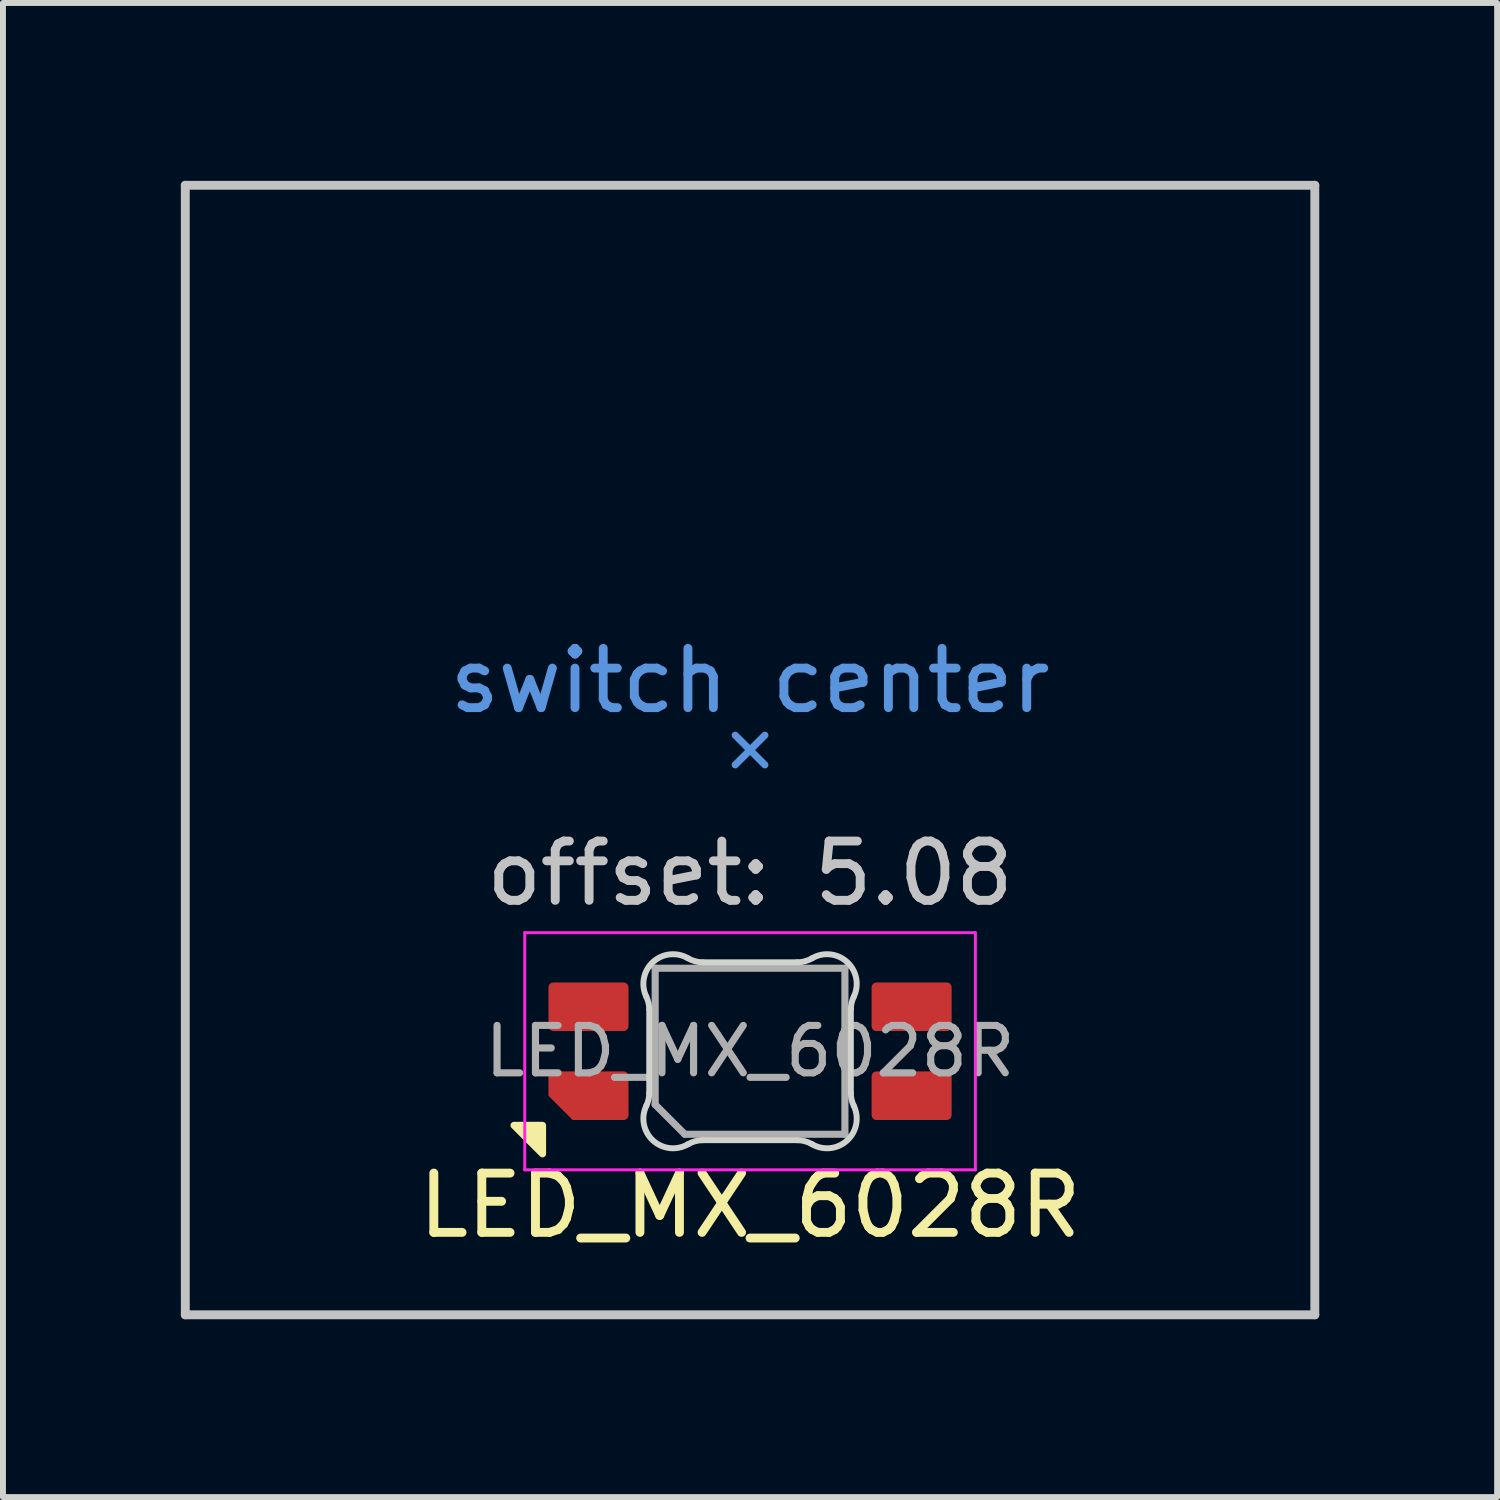
<source format=kicad_pcb>
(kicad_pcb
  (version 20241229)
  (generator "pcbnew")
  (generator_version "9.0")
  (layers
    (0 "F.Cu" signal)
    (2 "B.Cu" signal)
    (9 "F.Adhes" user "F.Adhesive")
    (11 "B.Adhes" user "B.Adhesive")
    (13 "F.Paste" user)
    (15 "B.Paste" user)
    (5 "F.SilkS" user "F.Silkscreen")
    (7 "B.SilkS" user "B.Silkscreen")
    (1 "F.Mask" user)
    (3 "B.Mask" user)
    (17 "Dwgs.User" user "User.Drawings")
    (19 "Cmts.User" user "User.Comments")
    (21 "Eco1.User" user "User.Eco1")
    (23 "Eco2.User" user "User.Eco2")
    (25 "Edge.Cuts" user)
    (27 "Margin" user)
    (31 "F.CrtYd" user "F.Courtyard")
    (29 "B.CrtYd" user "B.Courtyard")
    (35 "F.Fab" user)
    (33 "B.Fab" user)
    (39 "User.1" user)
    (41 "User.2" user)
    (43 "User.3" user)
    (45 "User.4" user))
  (footprint "LED_MX_6028R"
    (layer "F.Cu")
    (at 9.6 14.68)
    (property "Reference" "LED_MX_6028R" (at 0 2.6 0) (layer "F.SilkS") (effects (font (size 1 1) (thickness 0.15))))
    (attr smd)
    (fp_poly (pts (xy -3.5 1.25) (xy -3.5 1.73) (xy -3.98 1.25) (xy -3.5 1.25)) (stroke (width 0.12) (type solid)) (fill yes) (layer "F.SilkS"))
    (fp_line (start -9.525 -14.605) (end -9.525 4.445) (stroke (width 0.15) (type solid)) (layer "Dwgs.User"))
    (fp_line (start -9.525 4.445) (end 9.525 4.445) (stroke (width 0.15) (type solid)) (layer "Dwgs.User"))
    (fp_line (start 9.525 -14.605) (end -9.525 -14.605) (stroke (width 0.15) (type solid)) (layer "Dwgs.User"))
    (fp_line (start 9.525 4.445) (end 9.525 -14.605) (stroke (width 0.15) (type solid)) (layer "Dwgs.User"))
    (fp_line (start -0.25 -4.83) (end 0 -5.08) (stroke (width 0.12) (type solid)) (layer "Cmts.User"))
    (fp_line (start 0 -5.08) (end -0.25 -5.33) (stroke (width 0.12) (type solid)) (layer "Cmts.User"))
    (fp_line (start 0 -5.08) (end 0.25 -5.33) (stroke (width 0.12) (type solid)) (layer "Cmts.User"))
    (fp_line (start 0.25 -4.83) (end 0 -5.08) (stroke (width 0.12) (type solid)) (layer "Cmts.User"))
    (fp_line (start -1.7 -0.703) (end -1.7 0.703) (stroke (width 0.1) (type solid)) (layer "Edge.Cuts"))
    (fp_line (start -0.794 1.5) (end 0.794 1.5) (stroke (width 0.1) (type solid)) (layer "Edge.Cuts"))
    (fp_line (start 0.794 -1.5) (end -0.794 -1.5) (stroke (width 0.1) (type solid)) (layer "Edge.Cuts"))
    (fp_line (start 1.7 0.703) (end 1.7 -0.703) (stroke (width 0.1) (type solid)) (layer "Edge.Cuts"))
    (fp_arc (start -1.749484 -0.919721) (mid -1.712527 -0.814069) (end -1.699999 -0.702844) (stroke (width 0.1) (type solid)) (layer "Edge.Cuts"))
    (fp_arc (start -1.749484 -0.919721) (mid -1.638071 -1.504035) (end -1.046711 -1.568299) (stroke (width 0.1) (type solid)) (layer "Edge.Cuts"))
    (fp_arc (start -1.699999 0.702841) (mid -1.712527 0.814067) (end -1.749484 0.919719) (stroke (width 0.1) (type solid)) (layer "Edge.Cuts"))
    (fp_arc (start -1.046711 1.568298) (mid -1.638072 1.504034) (end -1.749484 0.919718) (stroke (width 0.1) (type solid)) (layer "Edge.Cuts"))
    (fp_arc (start -1.046711 1.568298) (mid -0.925123 1.517376) (end -0.794452 1.499999) (stroke (width 0.1) (type solid)) (layer "Edge.Cuts"))
    (fp_arc (start -0.794453 -1.5) (mid -0.925123 -1.517377) (end -1.046711 -1.568299) (stroke (width 0.1) (type solid)) (layer "Edge.Cuts"))
    (fp_arc (start 0.794452 1.499999) (mid 0.925122 1.517376) (end 1.04671 1.568298) (stroke (width 0.1) (type solid)) (layer "Edge.Cuts"))
    (fp_arc (start 1.046711 -1.5683) (mid 0.925123 -1.517378) (end 0.794453 -1.500001) (stroke (width 0.1) (type solid)) (layer "Edge.Cuts"))
    (fp_arc (start 1.046711 -1.5683) (mid 1.638071 -1.504036) (end 1.749484 -0.919721) (stroke (width 0.1) (type solid)) (layer "Edge.Cuts"))
    (fp_arc (start 1.699999 -0.702843) (mid 1.712527 -0.814069) (end 1.749484 -0.919721) (stroke (width 0.1) (type solid)) (layer "Edge.Cuts"))
    (fp_arc (start 1.749484 0.919719) (mid 1.63807 1.504033) (end 1.046711 1.568296) (stroke (width 0.1) (type solid)) (layer "Edge.Cuts"))
    (fp_arc (start 1.749484 0.919719) (mid 1.712527 0.814067) (end 1.699999 0.702842) (stroke (width 0.1) (type solid)) (layer "Edge.Cuts"))
    (fp_line (start -3.8 -2) (end 3.8 -2) (stroke (width 0.05) (type solid)) (layer "F.CrtYd"))
    (fp_line (start -3.8 2) (end -3.8 -2) (stroke (width 0.05) (type solid)) (layer "F.CrtYd"))
    (fp_line (start 3.8 -2) (end 3.8 2) (stroke (width 0.05) (type solid)) (layer "F.CrtYd"))
    (fp_line (start 3.8 2) (end -3.8 2) (stroke (width 0.05) (type solid)) (layer "F.CrtYd"))
    (fp_line (start -1.6 -1.4) (end 1.6 -1.4) (stroke (width 0.12) (type solid)) (layer "F.Fab"))
    (fp_line (start -1.6 0.9) (end -1.6 -1.4) (stroke (width 0.12) (type solid)) (layer "F.Fab"))
    (fp_line (start -1.6 0.9) (end -1.1 1.4) (stroke (width 0.12) (type solid)) (layer "F.Fab"))
    (fp_line (start 1.6 -1.4) (end 1.6 1.4) (stroke (width 0.12) (type solid)) (layer "F.Fab"))
    (fp_line (start 1.6 1.4) (end -1.1 1.4) (stroke (width 0.12) (type solid)) (layer "F.Fab"))
    (fp_text user "offset: 5.08" (at 0 -3 0) (layer "Dwgs.User") (effects (font (size 1 1) (thickness 0.15))))
    (fp_text user "switch center" (at 0 -6.25 0) (layer "Cmts.User") (effects (font (size 1 1) (thickness 0.15))))
    (fp_text user "${REFERENCE}" (at 0 0 0) (layer "F.Fab") (effects (font (size 0.8 0.8) (thickness 0.12))))
    (pad "1" smd roundrect (at 2.725 -0.75 90) (size 0.82 1.35) (layers "F.Cu" "F.Mask" "F.Paste") (roundrect_rratio 0.1))
    (pad "2" smd roundrect (at 2.725 0.75 90) (size 0.82 1.35) (layers "F.Cu" "F.Mask" "F.Paste") (roundrect_rratio 0.1))
    (pad "3" smd roundrect (at -2.725 -0.75 90) (size 0.82 1.35) (layers "F.Cu" "F.Mask" "F.Paste") (roundrect_rratio 0.1))
    (pad "4" smd roundrect (at -2.725 0.75 90) (size 0.82 1.35) (layers "F.Cu" "F.Mask" "F.Paste") (roundrect_rratio 0.1) (chamfer_ratio 0.5) (chamfer top_left)))
  (gr_rect
    (start -3 -3)
    (end 22.2 22.2)
    (stroke (width 0.1) (type default))
    (fill no)
    (layer "Edge.Cuts")))
</source>
